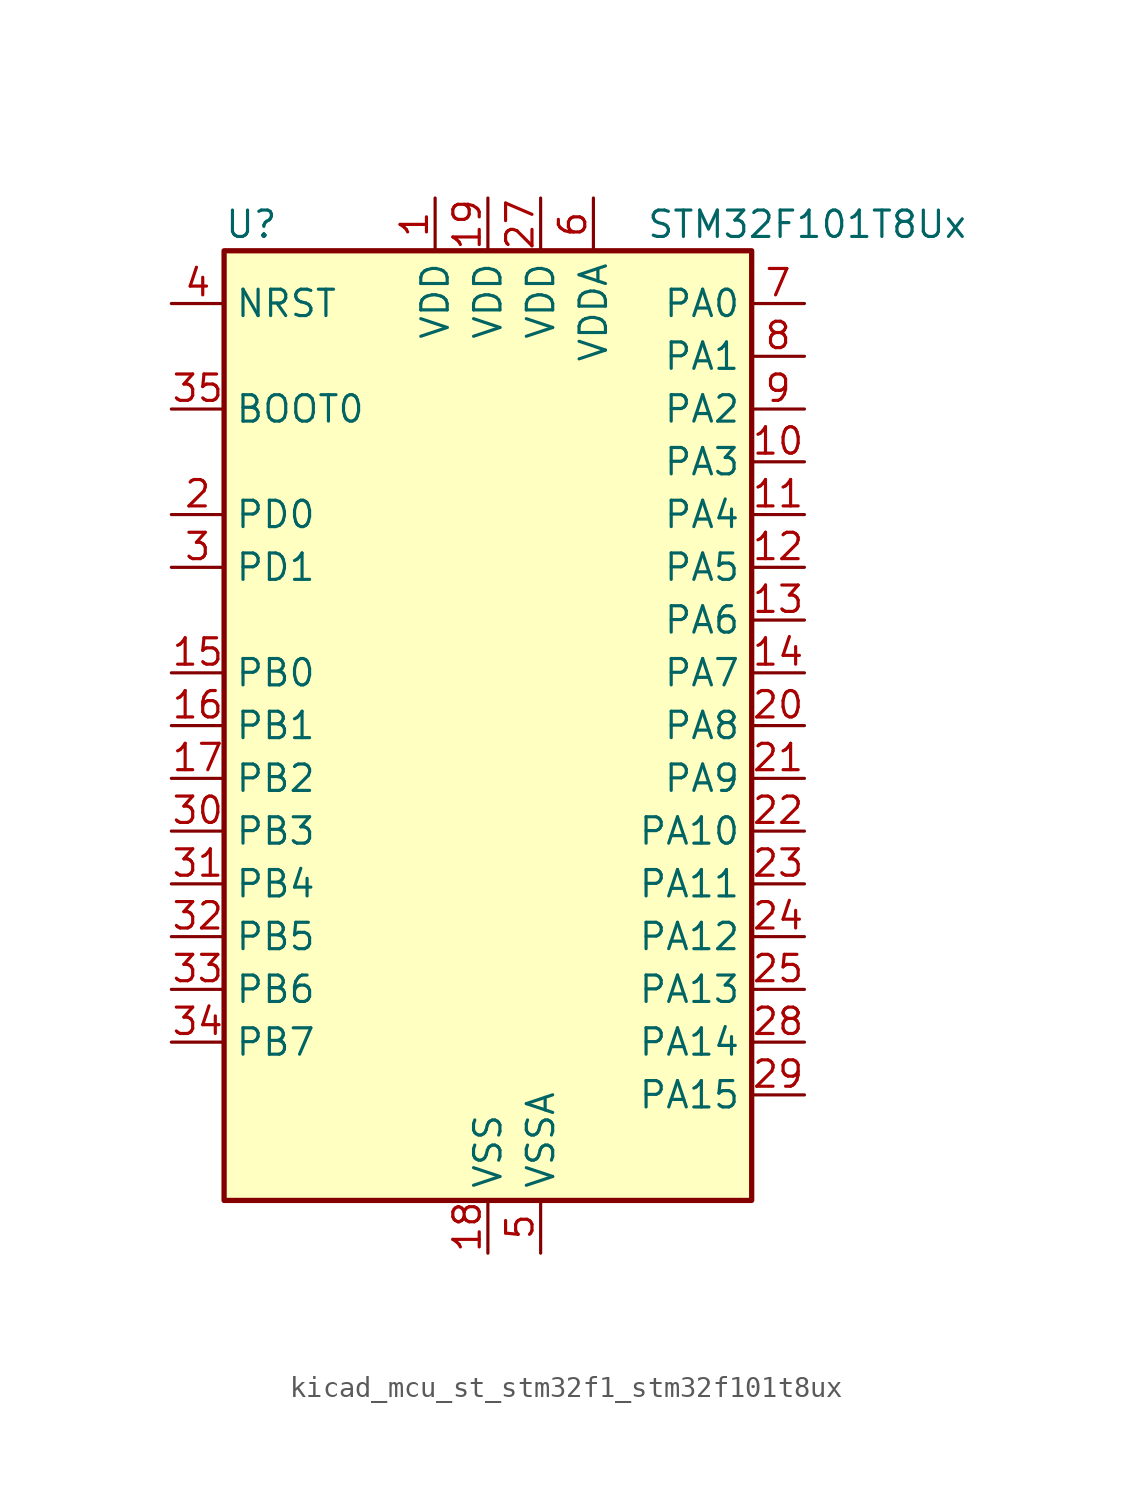
<source format=kicad_sym>
(kicad_symbol_lib
  (version 20220914)
  (generator kicad_symbol_editor)
  (symbol "kicad_mcu_st_stm32f1_stm32f101t8ux"
    (property "Reference" "U"
      (at -12.7 24.13 0)
      (effects (font (size 1.27 1.27)) (justify left)))
    (property "Value" "STM32F101T8Ux"
      (at 7.62 24.13 0)
      (effects (font (size 1.27 1.27)) (justify left)))
    (property "ki_locked" ""
      (at 0 0 0)
      (effects (font (size 1.27 1.27))))
    (symbol "kicad_mcu_st_stm32f1_stm32f101t8ux_0_1"
      (rectangle (start -12.7 -22.86) (end 12.7 22.86) (stroke (width 0.254) (type default)) (fill (type background))))
    (symbol "kicad_mcu_st_stm32f1_stm32f101t8ux_1_1"
      (pin power_in line (at -2.54 25.4 270) (length 2.54) (name "VDD" (effects (font (size 1.27 1.27)))) (number "1" (effects (font (size 1.27 1.27)))))
      (pin bidirectional line (at 15.24 12.7 180) (length 2.54) (name "PA3" (effects (font (size 1.27 1.27)))) (number "10" (effects (font (size 1.27 1.27)))) (alternate "ADC1_IN3" bidirectional line) (alternate "TIM2_CH4" bidirectional line) (alternate "USART2_RX" bidirectional line))
      (pin bidirectional line (at 15.24 10.16 180) (length 2.54) (name "PA4" (effects (font (size 1.27 1.27)))) (number "11" (effects (font (size 1.27 1.27)))) (alternate "ADC1_IN4" bidirectional line) (alternate "SPI1_NSS" bidirectional line) (alternate "USART2_CK" bidirectional line))
      (pin bidirectional line (at 15.24 7.62 180) (length 2.54) (name "PA5" (effects (font (size 1.27 1.27)))) (number "12" (effects (font (size 1.27 1.27)))) (alternate "ADC1_IN5" bidirectional line) (alternate "SPI1_SCK" bidirectional line))
      (pin bidirectional line (at 15.24 5.08 180) (length 2.54) (name "PA6" (effects (font (size 1.27 1.27)))) (number "13" (effects (font (size 1.27 1.27)))) (alternate "ADC1_IN6" bidirectional line) (alternate "SPI1_MISO" bidirectional line) (alternate "TIM3_CH1" bidirectional line))
      (pin bidirectional line (at 15.24 2.54 180) (length 2.54) (name "PA7" (effects (font (size 1.27 1.27)))) (number "14" (effects (font (size 1.27 1.27)))) (alternate "ADC1_IN7" bidirectional line) (alternate "SPI1_MOSI" bidirectional line) (alternate "TIM3_CH2" bidirectional line))
      (pin bidirectional line (at -15.24 2.54 0) (length 2.54) (name "PB0" (effects (font (size 1.27 1.27)))) (number "15" (effects (font (size 1.27 1.27)))) (alternate "ADC1_IN8" bidirectional line) (alternate "TIM3_CH3" bidirectional line))
      (pin bidirectional line (at -15.24 0 0) (length 2.54) (name "PB1" (effects (font (size 1.27 1.27)))) (number "16" (effects (font (size 1.27 1.27)))) (alternate "ADC1_IN9" bidirectional line) (alternate "TIM3_CH4" bidirectional line))
      (pin bidirectional line (at -15.24 -2.54 0) (length 2.54) (name "PB2" (effects (font (size 1.27 1.27)))) (number "17" (effects (font (size 1.27 1.27)))))
      (pin power_in line (at 0 -25.4 90) (length 2.54) (name "VSS" (effects (font (size 1.27 1.27)))) (number "18" (effects (font (size 1.27 1.27)))))
      (pin power_in line (at 0 25.4 270) (length 2.54) (name "VDD" (effects (font (size 1.27 1.27)))) (number "19" (effects (font (size 1.27 1.27)))))
      (pin bidirectional line (at -15.24 10.16 0) (length 2.54) (name "PD0" (effects (font (size 1.27 1.27)))) (number "2" (effects (font (size 1.27 1.27)))) (alternate "RCC_OSC_IN" bidirectional line))
      (pin bidirectional line (at 15.24 0 180) (length 2.54) (name "PA8" (effects (font (size 1.27 1.27)))) (number "20" (effects (font (size 1.27 1.27)))) (alternate "RCC_MCO" bidirectional line) (alternate "USART1_CK" bidirectional line))
      (pin bidirectional line (at 15.24 -2.54 180) (length 2.54) (name "PA9" (effects (font (size 1.27 1.27)))) (number "21" (effects (font (size 1.27 1.27)))) (alternate "USART1_TX" bidirectional line))
      (pin bidirectional line (at 15.24 -5.08 180) (length 2.54) (name "PA10" (effects (font (size 1.27 1.27)))) (number "22" (effects (font (size 1.27 1.27)))) (alternate "USART1_RX" bidirectional line))
      (pin bidirectional line (at 15.24 -7.62 180) (length 2.54) (name "PA11" (effects (font (size 1.27 1.27)))) (number "23" (effects (font (size 1.27 1.27)))) (alternate "ADC1_EXTI11" bidirectional line) (alternate "USART1_CTS" bidirectional line))
      (pin bidirectional line (at 15.24 -10.16 180) (length 2.54) (name "PA12" (effects (font (size 1.27 1.27)))) (number "24" (effects (font (size 1.27 1.27)))) (alternate "USART1_RTS" bidirectional line))
      (pin bidirectional line (at 15.24 -12.7 180) (length 2.54) (name "PA13" (effects (font (size 1.27 1.27)))) (number "25" (effects (font (size 1.27 1.27)))) (alternate "SYS_JTMS-SWDIO" bidirectional line))
      (pin passive line (at 0 -25.4 90) (length 2.54) hide (name "VSS" (effects (font (size 1.27 1.27)))) (number "26" (effects (font (size 1.27 1.27)))))
      (pin power_in line (at 2.54 25.4 270) (length 2.54) (name "VDD" (effects (font (size 1.27 1.27)))) (number "27" (effects (font (size 1.27 1.27)))))
      (pin bidirectional line (at 15.24 -15.24 180) (length 2.54) (name "PA14" (effects (font (size 1.27 1.27)))) (number "28" (effects (font (size 1.27 1.27)))) (alternate "SYS_JTCK-SWCLK" bidirectional line))
      (pin bidirectional line (at 15.24 -17.78 180) (length 2.54) (name "PA15" (effects (font (size 1.27 1.27)))) (number "29" (effects (font (size 1.27 1.27)))) (alternate "ADC1_EXTI15" bidirectional line) (alternate "SPI1_NSS" bidirectional line) (alternate "SYS_JTDI" bidirectional line) (alternate "TIM2_CH1" bidirectional line) (alternate "TIM2_ETR" bidirectional line))
      (pin bidirectional line (at -15.24 7.62 0) (length 2.54) (name "PD1" (effects (font (size 1.27 1.27)))) (number "3" (effects (font (size 1.27 1.27)))) (alternate "RCC_OSC_OUT" bidirectional line))
      (pin bidirectional line (at -15.24 -5.08 0) (length 2.54) (name "PB3" (effects (font (size 1.27 1.27)))) (number "30" (effects (font (size 1.27 1.27)))) (alternate "SPI1_SCK" bidirectional line) (alternate "SYS_JTDO-TRACESWO" bidirectional line) (alternate "TIM2_CH2" bidirectional line))
      (pin bidirectional line (at -15.24 -7.62 0) (length 2.54) (name "PB4" (effects (font (size 1.27 1.27)))) (number "31" (effects (font (size 1.27 1.27)))) (alternate "SPI1_MISO" bidirectional line) (alternate "SYS_NJTRST" bidirectional line) (alternate "TIM3_CH1" bidirectional line))
      (pin bidirectional line (at -15.24 -10.16 0) (length 2.54) (name "PB5" (effects (font (size 1.27 1.27)))) (number "32" (effects (font (size 1.27 1.27)))) (alternate "I2C1_SMBA" bidirectional line) (alternate "SPI1_MOSI" bidirectional line) (alternate "TIM3_CH2" bidirectional line))
      (pin bidirectional line (at -15.24 -12.7 0) (length 2.54) (name "PB6" (effects (font (size 1.27 1.27)))) (number "33" (effects (font (size 1.27 1.27)))) (alternate "I2C1_SCL" bidirectional line) (alternate "TIM4_CH1" bidirectional line) (alternate "USART1_TX" bidirectional line))
      (pin bidirectional line (at -15.24 -15.24 0) (length 2.54) (name "PB7" (effects (font (size 1.27 1.27)))) (number "34" (effects (font (size 1.27 1.27)))) (alternate "I2C1_SDA" bidirectional line) (alternate "TIM4_CH2" bidirectional line) (alternate "USART1_RX" bidirectional line))
      (pin input line (at -15.24 15.24 0) (length 2.54) (name "BOOT0" (effects (font (size 1.27 1.27)))) (number "35" (effects (font (size 1.27 1.27)))))
      (pin passive line (at 0 -25.4 90) (length 2.54) hide (name "VSS" (effects (font (size 1.27 1.27)))) (number "36" (effects (font (size 1.27 1.27)))))
      (pin passive line (at 0 -25.4 90) (length 2.54) hide (name "VSS" (effects (font (size 1.27 1.27)))) (number "37" (effects (font (size 1.27 1.27)))))
      (pin input line (at -15.24 20.32 0) (length 2.54) (name "NRST" (effects (font (size 1.27 1.27)))) (number "4" (effects (font (size 1.27 1.27)))))
      (pin power_in line (at 2.54 -25.4 90) (length 2.54) (name "VSSA" (effects (font (size 1.27 1.27)))) (number "5" (effects (font (size 1.27 1.27)))))
      (pin power_in line (at 5.08 25.4 270) (length 2.54) (name "VDDA" (effects (font (size 1.27 1.27)))) (number "6" (effects (font (size 1.27 1.27)))))
      (pin bidirectional line (at 15.24 20.32 180) (length 2.54) (name "PA0" (effects (font (size 1.27 1.27)))) (number "7" (effects (font (size 1.27 1.27)))) (alternate "ADC1_IN0" bidirectional line) (alternate "SYS_WKUP" bidirectional line) (alternate "TIM2_CH1" bidirectional line) (alternate "TIM2_ETR" bidirectional line) (alternate "USART2_CTS" bidirectional line))
      (pin bidirectional line (at 15.24 17.78 180) (length 2.54) (name "PA1" (effects (font (size 1.27 1.27)))) (number "8" (effects (font (size 1.27 1.27)))) (alternate "ADC1_IN1" bidirectional line) (alternate "TIM2_CH2" bidirectional line) (alternate "USART2_RTS" bidirectional line))
      (pin bidirectional line (at 15.24 15.24 180) (length 2.54) (name "PA2" (effects (font (size 1.27 1.27)))) (number "9" (effects (font (size 1.27 1.27)))) (alternate "ADC1_IN2" bidirectional line) (alternate "TIM2_CH3" bidirectional line) (alternate "USART2_TX" bidirectional line)))))
</source>
